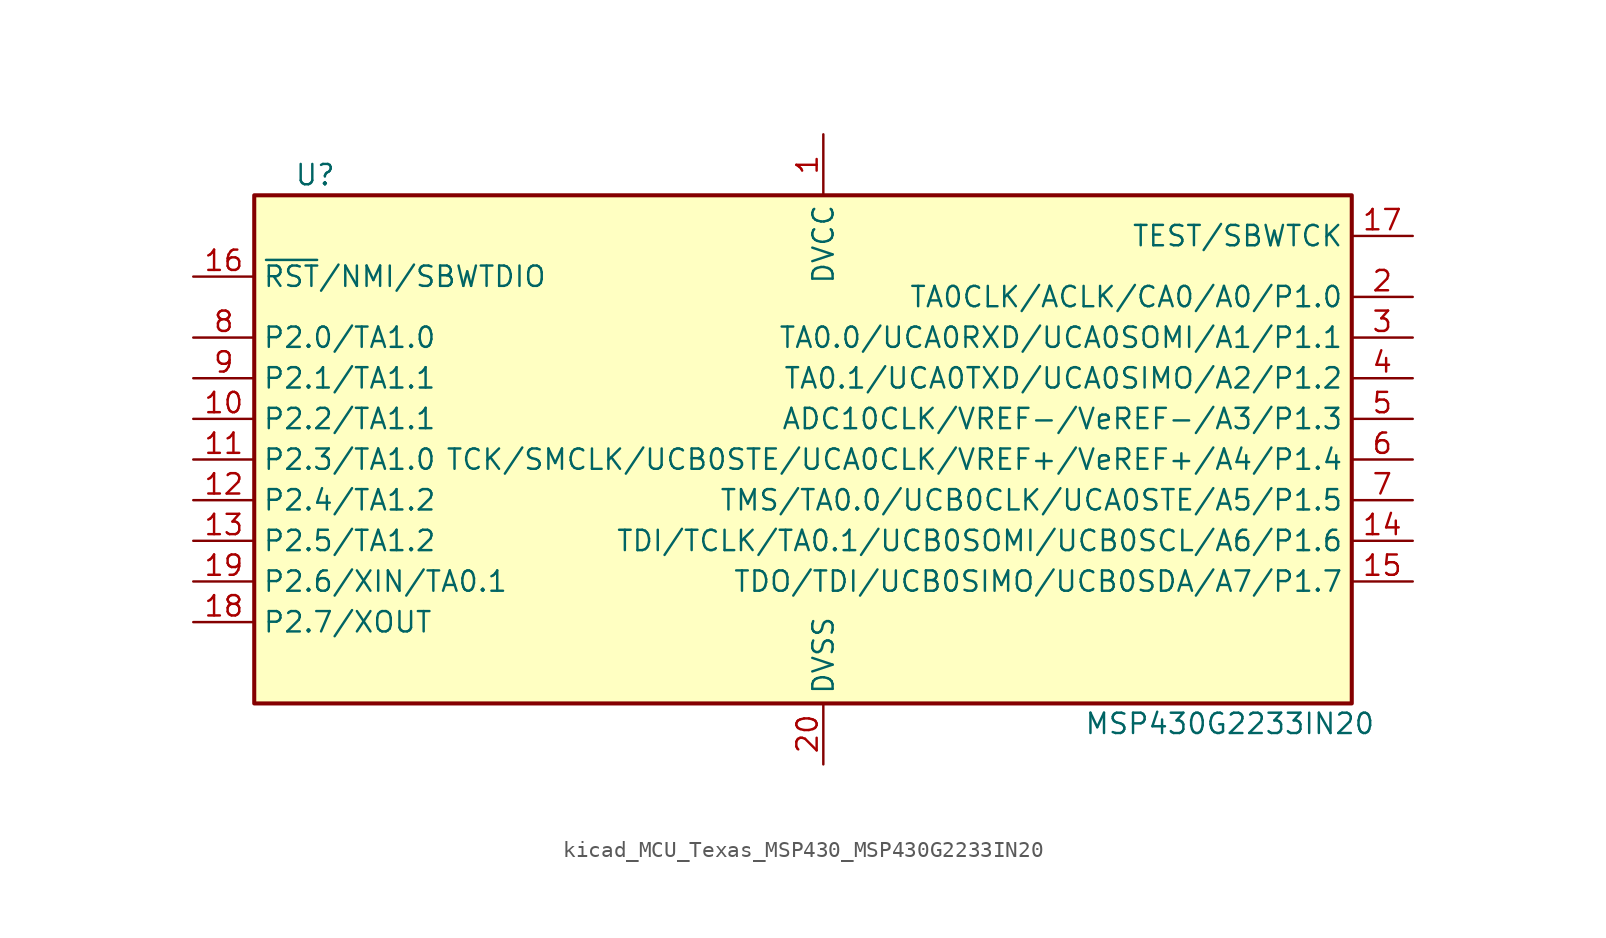
<source format=kicad_sym>
(kicad_symbol_lib
  (version 20220914)
  (generator kicad_symbol_editor)
  (symbol "kicad_MCU_Texas_MSP430_MSP430G2233IN20"
    (property "Reference" "U"
      (at -30.48 17.78 0)
      (effects (font (size 1.27 1.27))))
    (property "Value" "MSP430G2233IN20"
      (at 26.67 -16.51 0)
      (effects (font (size 1.27 1.27))))
    (symbol "kicad_MCU_Texas_MSP430_MSP430G2233IN20_0_1"
      (rectangle (start -34.29 16.51) (end 34.29 -15.24) (stroke (width 0.254) (type default)) (fill (type background))))
    (symbol "kicad_MCU_Texas_MSP430_MSP430G2233IN20_1_1"
      (pin power_in line (at 1.27 20.32 270) (length 3.81) (name "DVCC" (effects (font (size 1.27 1.27)))) (number "1" (effects (font (size 1.27 1.27)))))
      (pin bidirectional line (at -38.1 2.54 0) (length 3.81) (name "P2.2/TA1.1" (effects (font (size 1.27 1.27)))) (number "10" (effects (font (size 1.27 1.27)))))
      (pin bidirectional line (at -38.1 0 0) (length 3.81) (name "P2.3/TA1.0" (effects (font (size 1.27 1.27)))) (number "11" (effects (font (size 1.27 1.27)))))
      (pin bidirectional line (at -38.1 -2.54 0) (length 3.81) (name "P2.4/TA1.2" (effects (font (size 1.27 1.27)))) (number "12" (effects (font (size 1.27 1.27)))))
      (pin bidirectional line (at -38.1 -5.08 0) (length 3.81) (name "P2.5/TA1.2" (effects (font (size 1.27 1.27)))) (number "13" (effects (font (size 1.27 1.27)))))
      (pin bidirectional line (at 38.1 -5.08 180) (length 3.81) (name "TDI/TCLK/TA0.1/UCB0SOMI/UCB0SCL/A6/P1.6" (effects (font (size 1.27 1.27)))) (number "14" (effects (font (size 1.27 1.27)))))
      (pin bidirectional line (at 38.1 -7.62 180) (length 3.81) (name "TDO/TDI/UCB0SIMO/UCB0SDA/A7/P1.7" (effects (font (size 1.27 1.27)))) (number "15" (effects (font (size 1.27 1.27)))))
      (pin input line (at -38.1 11.43 0) (length 3.81) (name "~{RST}/NMI/SBWTDIO" (effects (font (size 1.27 1.27)))) (number "16" (effects (font (size 1.27 1.27)))))
      (pin input line (at 38.1 13.97 180) (length 3.81) (name "TEST/SBWTCK" (effects (font (size 1.27 1.27)))) (number "17" (effects (font (size 1.27 1.27)))))
      (pin bidirectional line (at -38.1 -10.16 0) (length 3.81) (name "P2.7/XOUT" (effects (font (size 1.27 1.27)))) (number "18" (effects (font (size 1.27 1.27)))))
      (pin bidirectional line (at -38.1 -7.62 0) (length 3.81) (name "P2.6/XIN/TA0.1" (effects (font (size 1.27 1.27)))) (number "19" (effects (font (size 1.27 1.27)))))
      (pin bidirectional line (at 38.1 10.16 180) (length 3.81) (name "TA0CLK/ACLK/CA0/A0/P1.0" (effects (font (size 1.27 1.27)))) (number "2" (effects (font (size 1.27 1.27)))))
      (pin power_in line (at 1.27 -19.05 90) (length 3.81) (name "DVSS" (effects (font (size 1.27 1.27)))) (number "20" (effects (font (size 1.27 1.27)))))
      (pin bidirectional line (at 38.1 7.62 180) (length 3.81) (name "TA0.0/UCA0RXD/UCA0SOMI/A1/P1.1" (effects (font (size 1.27 1.27)))) (number "3" (effects (font (size 1.27 1.27)))))
      (pin bidirectional line (at 38.1 5.08 180) (length 3.81) (name "TA0.1/UCA0TXD/UCA0SIMO/A2/P1.2" (effects (font (size 1.27 1.27)))) (number "4" (effects (font (size 1.27 1.27)))))
      (pin bidirectional line (at 38.1 2.54 180) (length 3.81) (name "ADC10CLK/VREF-/VeREF-/A3/P1.3" (effects (font (size 1.27 1.27)))) (number "5" (effects (font (size 1.27 1.27)))))
      (pin bidirectional line (at 38.1 0 180) (length 3.81) (name "TCK/SMCLK/UCB0STE/UCA0CLK/VREF+/VeREF+/A4/P1.4" (effects (font (size 1.27 1.27)))) (number "6" (effects (font (size 1.27 1.27)))))
      (pin bidirectional line (at 38.1 -2.54 180) (length 3.81) (name "TMS/TA0.0/UCB0CLK/UCA0STE/A5/P1.5" (effects (font (size 1.27 1.27)))) (number "7" (effects (font (size 1.27 1.27)))))
      (pin bidirectional line (at -38.1 7.62 0) (length 3.81) (name "P2.0/TA1.0" (effects (font (size 1.27 1.27)))) (number "8" (effects (font (size 1.27 1.27)))))
      (pin bidirectional line (at -38.1 5.08 0) (length 3.81) (name "P2.1/TA1.1" (effects (font (size 1.27 1.27)))) (number "9" (effects (font (size 1.27 1.27))))))))
</source>
